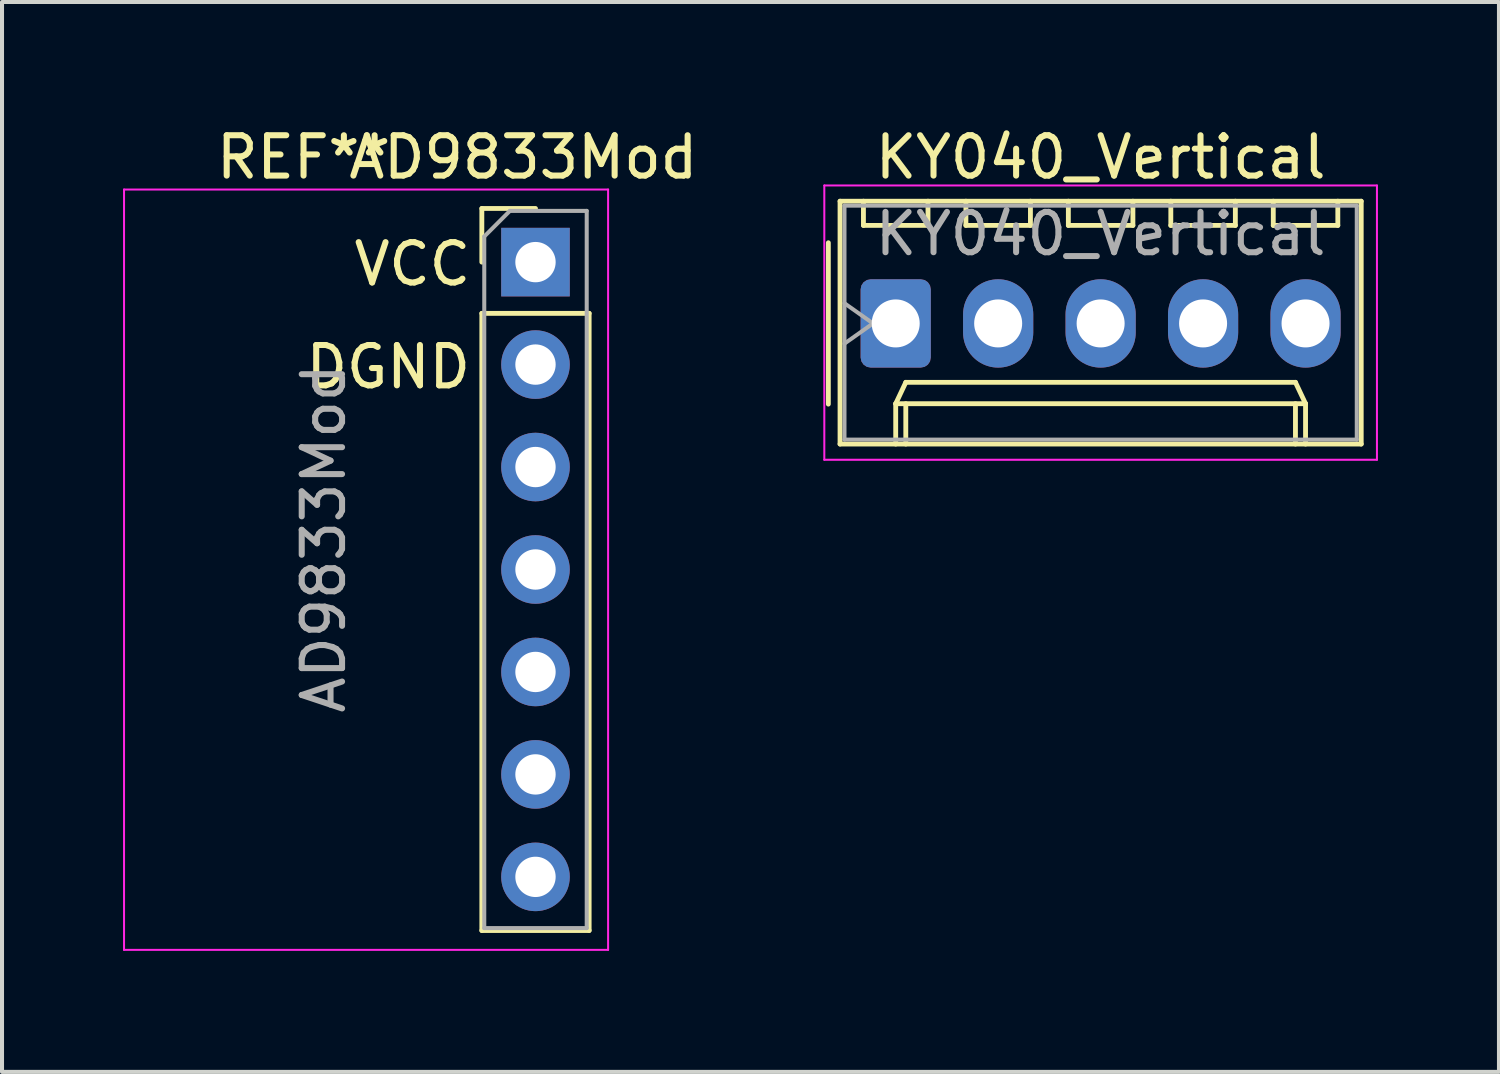
<source format=kicad_pcb>
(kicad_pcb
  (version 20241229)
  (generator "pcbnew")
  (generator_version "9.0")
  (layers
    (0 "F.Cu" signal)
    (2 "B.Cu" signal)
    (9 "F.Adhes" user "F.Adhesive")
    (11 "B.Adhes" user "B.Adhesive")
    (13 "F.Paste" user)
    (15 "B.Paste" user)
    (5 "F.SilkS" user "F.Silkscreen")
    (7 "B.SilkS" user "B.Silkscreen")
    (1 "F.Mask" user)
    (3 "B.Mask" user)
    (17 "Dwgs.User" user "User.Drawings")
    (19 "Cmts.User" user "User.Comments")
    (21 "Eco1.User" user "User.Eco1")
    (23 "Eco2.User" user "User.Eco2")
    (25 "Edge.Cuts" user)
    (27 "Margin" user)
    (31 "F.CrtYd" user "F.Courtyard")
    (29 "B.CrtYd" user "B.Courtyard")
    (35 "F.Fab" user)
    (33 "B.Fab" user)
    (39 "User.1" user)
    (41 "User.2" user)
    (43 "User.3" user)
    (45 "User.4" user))
  (footprint "AD9833Mod"
    (layer "F.Cu")
    (at 10.225 3.448)
    (property "Reference" "AD9833Mod" (at -0.3 -2.6 0) (layer "F.SilkS") (effects (font (size 1 1) (thickness 0.15))))
    (attr through_hole)
    (fp_line (start -1.33 -1.33) (end 0 -1.33) (stroke (width 0.12) (type solid)) (layer "F.SilkS"))
    (fp_line (start -1.33 0) (end -1.33 -1.33) (stroke (width 0.12) (type solid)) (layer "F.SilkS"))
    (fp_line (start -1.33 1.27) (end -1.33 16.57) (stroke (width 0.12) (type solid)) (layer "F.SilkS"))
    (fp_line (start -1.33 1.27) (end 1.33 1.27) (stroke (width 0.12) (type solid)) (layer "F.SilkS"))
    (fp_line (start -1.33 16.57) (end 1.33 16.57) (stroke (width 0.12) (type solid)) (layer "F.SilkS"))
    (fp_line (start 1.33 1.27) (end 1.33 16.57) (stroke (width 0.12) (type solid)) (layer "F.SilkS"))
    (fp_line (start -10.2 -1.8) (end -10.2 17.05) (stroke (width 0.05) (type solid)) (layer "F.CrtYd"))
    (fp_line (start -10.2 17.05) (end 1.8 17.05) (stroke (width 0.05) (type solid)) (layer "F.CrtYd"))
    (fp_line (start 1.8 -1.8) (end -10.2 -1.8) (stroke (width 0.05) (type solid)) (layer "F.CrtYd"))
    (fp_line (start 1.8 17.05) (end 1.8 -1.8) (stroke (width 0.05) (type solid)) (layer "F.CrtYd"))
    (fp_line (start -1.27 -0.635) (end -0.635 -1.27) (stroke (width 0.1) (type solid)) (layer "F.Fab"))
    (fp_line (start -1.27 16.51) (end -1.27 -0.635) (stroke (width 0.1) (type solid)) (layer "F.Fab"))
    (fp_line (start -0.635 -1.27) (end 1.27 -1.27) (stroke (width 0.1) (type solid)) (layer "F.Fab"))
    (fp_line (start 1.27 -1.27) (end 1.27 16.51) (stroke (width 0.1) (type solid)) (layer "F.Fab"))
    (fp_line (start 1.27 16.51) (end -1.27 16.51) (stroke (width 0.1) (type solid)) (layer "F.Fab"))
    (fp_text user "DGND" (at -3.65 2.6 0) (layer "F.SilkS") (effects (font (size 1 1) (thickness 0.15))))
    (fp_text user "REF**" (at -5.75 -2.6 0) (layer "F.SilkS") (effects (font (size 1 1) (thickness 0.15))))
    (fp_text user "VCC" (at -3.05 0.05 0) (layer "F.SilkS") (effects (font (size 1 1) (thickness 0.15))))
    (fp_text user "${REFERENCE}" (at -5.25 6.85 90) (layer "F.Fab") (effects (font (size 1 1) (thickness 0.15))))
    (pad "1" thru_hole rect (at 0 0) (size 1.7 1.7) (drill 1) (layers "*.Cu" "*.Mask"))
    (pad "2" thru_hole oval (at 0 2.54) (size 1.7 1.7) (drill 1) (layers "*.Cu" "*.Mask"))
    (pad "3" thru_hole oval (at 0 5.08) (size 1.7 1.7) (drill 1) (layers "*.Cu" "*.Mask"))
    (pad "4" thru_hole oval (at 0 7.62) (size 1.7 1.7) (drill 1) (layers "*.Cu" "*.Mask"))
    (pad "5" thru_hole oval (at 0 10.16) (size 1.7 1.7) (drill 1) (layers "*.Cu" "*.Mask"))
    (pad "6" thru_hole oval (at 0 12.7) (size 1.7 1.7) (drill 1) (layers "*.Cu" "*.Mask"))
    (pad "7" thru_hole oval (at 0 15.24) (size 1.7 1.7) (drill 1) (layers "*.Cu" "*.Mask")))
  (footprint "KY040_Vertical"
    (layer "F.Cu")
    (at 19.155 4.968)
    (property "Reference" "KY040_Vertical" (at 5.08 -4.12 0) (layer "F.SilkS") (effects (font (size 1 1) (thickness 0.15))))
    (attr through_hole)
    (fp_line (start -1.67 -2) (end -1.67 2) (stroke (width 0.12) (type solid)) (layer "F.SilkS"))
    (fp_line (start -1.38 -3.03) (end -1.38 2.99) (stroke (width 0.12) (type solid)) (layer "F.SilkS"))
    (fp_line (start -1.38 2.99) (end 11.54 2.99) (stroke (width 0.12) (type solid)) (layer "F.SilkS"))
    (fp_line (start -0.8 -3.03) (end -0.8 -2.43) (stroke (width 0.12) (type solid)) (layer "F.SilkS"))
    (fp_line (start -0.8 -2.43) (end 0.8 -2.43) (stroke (width 0.12) (type solid)) (layer "F.SilkS"))
    (fp_line (start 0 1.99) (end 0.25 1.46) (stroke (width 0.12) (type solid)) (layer "F.SilkS"))
    (fp_line (start 0 1.99) (end 10.16 1.99) (stroke (width 0.12) (type solid)) (layer "F.SilkS"))
    (fp_line (start 0 2.99) (end 0 1.99) (stroke (width 0.12) (type solid)) (layer "F.SilkS"))
    (fp_line (start 0.25 1.46) (end 9.91 1.46) (stroke (width 0.12) (type solid)) (layer "F.SilkS"))
    (fp_line (start 0.25 2.99) (end 0.25 1.99) (stroke (width 0.12) (type solid)) (layer "F.SilkS"))
    (fp_line (start 0.8 -2.43) (end 0.8 -3.03) (stroke (width 0.12) (type solid)) (layer "F.SilkS"))
    (fp_line (start 1.74 -3.03) (end 1.74 -2.43) (stroke (width 0.12) (type solid)) (layer "F.SilkS"))
    (fp_line (start 1.74 -2.43) (end 3.34 -2.43) (stroke (width 0.12) (type solid)) (layer "F.SilkS"))
    (fp_line (start 3.34 -2.43) (end 3.34 -3.03) (stroke (width 0.12) (type solid)) (layer "F.SilkS"))
    (fp_line (start 4.28 -3.03) (end 4.28 -2.43) (stroke (width 0.12) (type solid)) (layer "F.SilkS"))
    (fp_line (start 4.28 -2.43) (end 5.88 -2.43) (stroke (width 0.12) (type solid)) (layer "F.SilkS"))
    (fp_line (start 5.88 -2.43) (end 5.88 -3.03) (stroke (width 0.12) (type solid)) (layer "F.SilkS"))
    (fp_line (start 6.82 -3.03) (end 6.82 -2.43) (stroke (width 0.12) (type solid)) (layer "F.SilkS"))
    (fp_line (start 6.82 -2.43) (end 8.42 -2.43) (stroke (width 0.12) (type solid)) (layer "F.SilkS"))
    (fp_line (start 8.42 -2.43) (end 8.42 -3.03) (stroke (width 0.12) (type solid)) (layer "F.SilkS"))
    (fp_line (start 9.36 -3.03) (end 9.36 -2.43) (stroke (width 0.12) (type solid)) (layer "F.SilkS"))
    (fp_line (start 9.36 -2.43) (end 10.96 -2.43) (stroke (width 0.12) (type solid)) (layer "F.SilkS"))
    (fp_line (start 9.91 1.46) (end 10.16 1.99) (stroke (width 0.12) (type solid)) (layer "F.SilkS"))
    (fp_line (start 9.91 2.99) (end 9.91 1.99) (stroke (width 0.12) (type solid)) (layer "F.SilkS"))
    (fp_line (start 10.16 1.99) (end 10.16 2.99) (stroke (width 0.12) (type solid)) (layer "F.SilkS"))
    (fp_line (start 10.96 -2.43) (end 10.96 -3.03) (stroke (width 0.12) (type solid)) (layer "F.SilkS"))
    (fp_line (start 11.54 -3.03) (end -1.38 -3.03) (stroke (width 0.12) (type solid)) (layer "F.SilkS"))
    (fp_line (start 11.54 2.99) (end 11.54 -3.03) (stroke (width 0.12) (type solid)) (layer "F.SilkS"))
    (fp_line (start -1.77 -3.42) (end -1.77 3.38) (stroke (width 0.05) (type solid)) (layer "F.CrtYd"))
    (fp_line (start -1.77 3.38) (end 11.93 3.38) (stroke (width 0.05) (type solid)) (layer "F.CrtYd"))
    (fp_line (start 11.93 -3.42) (end -1.77 -3.42) (stroke (width 0.05) (type solid)) (layer "F.CrtYd"))
    (fp_line (start 11.93 3.38) (end 11.93 -3.42) (stroke (width 0.05) (type solid)) (layer "F.CrtYd"))
    (fp_line (start -1.27 -2.92) (end -1.27 2.88) (stroke (width 0.1) (type solid)) (layer "F.Fab"))
    (fp_line (start -1.27 -0.5) (end -0.563 0) (stroke (width 0.1) (type solid)) (layer "F.Fab"))
    (fp_line (start -1.27 2.88) (end 11.43 2.88) (stroke (width 0.1) (type solid)) (layer "F.Fab"))
    (fp_line (start -0.563 0) (end -1.27 0.5) (stroke (width 0.1) (type solid)) (layer "F.Fab"))
    (fp_line (start 11.43 -2.92) (end -1.27 -2.92) (stroke (width 0.1) (type solid)) (layer "F.Fab"))
    (fp_line (start 11.43 2.88) (end 11.43 -2.92) (stroke (width 0.1) (type solid)) (layer "F.Fab"))
    (fp_text user "${REFERENCE}" (at 5.08 -2.22 0) (layer "F.Fab") (effects (font (size 1 1) (thickness 0.15))))
    (pad "1" thru_hole roundrect (at 0 0) (size 1.74 2.19) (drill 1.19) (layers "*.Cu" "*.Mask") (roundrect_rratio 0.144))
    (pad "2" thru_hole oval (at 2.54 0) (size 1.74 2.19) (drill 1.19) (layers "*.Cu" "*.Mask"))
    (pad "3" thru_hole oval (at 5.08 0) (size 1.74 2.19) (drill 1.19) (layers "*.Cu" "*.Mask"))
    (pad "4" thru_hole oval (at 7.62 0) (size 1.74 2.19) (drill 1.19) (layers "*.Cu" "*.Mask"))
    (pad "5" thru_hole oval (at 10.16 0) (size 1.74 2.19) (drill 1.19) (layers "*.Cu" "*.Mask")))
  (gr_rect
    (start -3 -3)
    (end 34.11 23.523)
    (stroke (width 0.1) (type default))
    (fill no)
    (layer "Edge.Cuts")))
</source>
